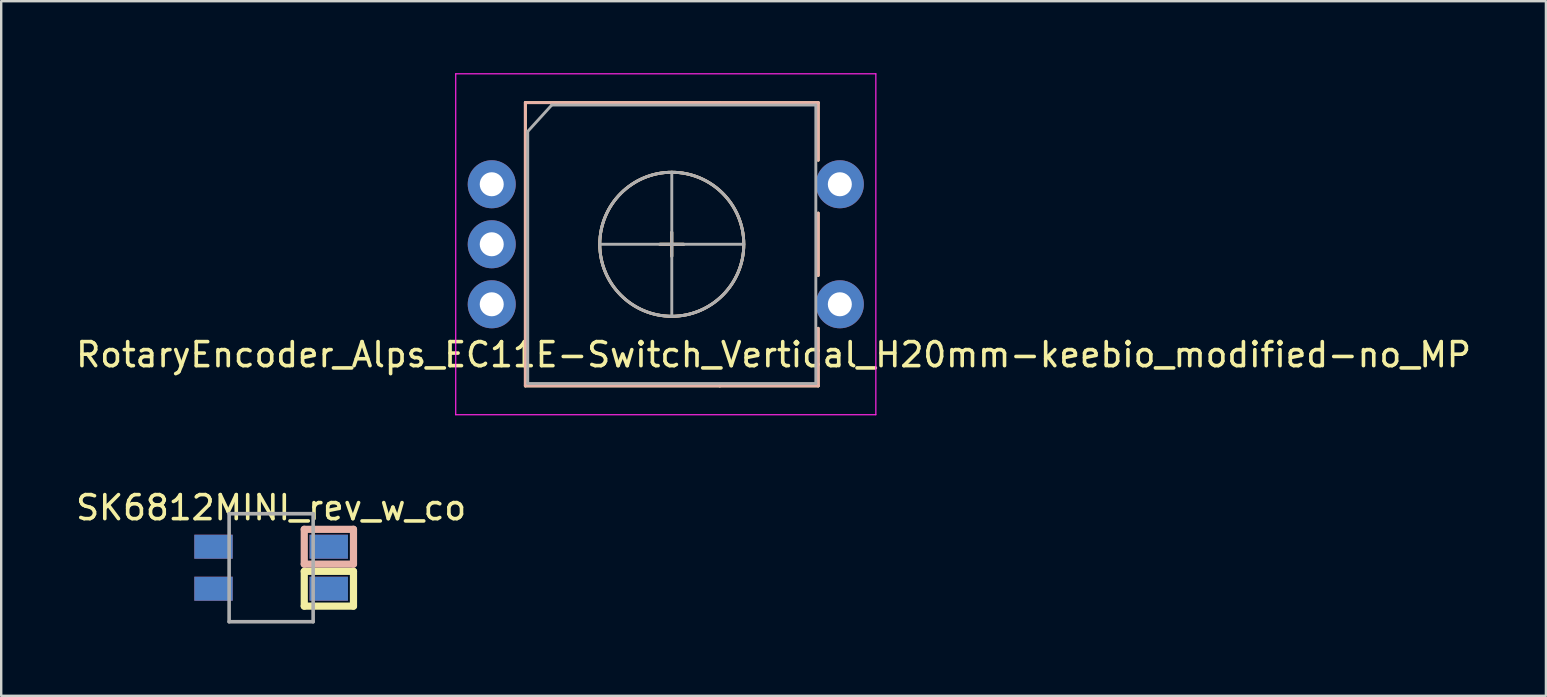
<source format=kicad_pcb>
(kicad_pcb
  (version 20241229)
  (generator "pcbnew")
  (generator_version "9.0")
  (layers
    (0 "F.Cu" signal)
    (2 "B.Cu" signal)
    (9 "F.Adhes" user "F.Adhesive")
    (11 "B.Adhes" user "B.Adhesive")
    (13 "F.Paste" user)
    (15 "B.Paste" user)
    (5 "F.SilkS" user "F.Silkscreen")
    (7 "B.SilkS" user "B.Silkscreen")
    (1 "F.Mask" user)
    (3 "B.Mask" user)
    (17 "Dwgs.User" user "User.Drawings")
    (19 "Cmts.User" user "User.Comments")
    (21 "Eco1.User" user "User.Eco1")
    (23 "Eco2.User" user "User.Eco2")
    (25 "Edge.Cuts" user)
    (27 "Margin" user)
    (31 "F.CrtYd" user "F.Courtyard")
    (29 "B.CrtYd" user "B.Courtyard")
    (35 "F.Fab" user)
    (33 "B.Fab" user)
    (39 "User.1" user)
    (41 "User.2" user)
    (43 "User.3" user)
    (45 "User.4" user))
  (footprint "RotaryEncoder_Alps_EC11E-Switch_Vertical_H20mm-keebio_modified-no_MP"
    (layer "F.Cu")
    (at 24.933 7.125)
    (property "Reference" "RotaryEncoder_Alps_EC11E-Switch_Vertical_H20mm-keebio_modified-no_MP" (at 4.24 4.6 0) (layer "F.SilkS") (effects (font (size 1 1) (thickness 0.15))))
    (attr through_hole)
    (fp_line (start -6.1 -5.9) (end -6.1 5.9) (stroke (width 0.12) (type solid)) (layer "F.SilkS"))
    (fp_line (start -0.5 0) (end 0.5 0) (stroke (width 0.12) (type solid)) (layer "F.SilkS"))
    (fp_line (start 0 -0.5) (end 0 0.5) (stroke (width 0.12) (type solid)) (layer "F.SilkS"))
    (fp_line (start 2 -5.9) (end -6.1 -5.9) (stroke (width 0.12) (type solid)) (layer "F.SilkS"))
    (fp_line (start 2 -5.9) (end 6.1 -5.9) (stroke (width 0.12) (type solid)) (layer "F.SilkS"))
    (fp_line (start 2 5.9) (end -6.1 5.9) (stroke (width 0.12) (type solid)) (layer "F.SilkS"))
    (fp_line (start 6.1 -5.9) (end 6.1 -3.5) (stroke (width 0.12) (type solid)) (layer "F.SilkS"))
    (fp_line (start 6.1 -1.3) (end 6.1 1.3) (stroke (width 0.12) (type solid)) (layer "F.SilkS"))
    (fp_line (start 6.1 3.5) (end 6.1 5.9) (stroke (width 0.12) (type solid)) (layer "F.SilkS"))
    (fp_line (start 6.1 5.9) (end 2 5.9) (stroke (width 0.12) (type solid)) (layer "F.SilkS"))
    (fp_circle (center 0 0) (end 3 0) (stroke (width 0.12) (type solid)) (fill no) (layer "F.SilkS"))
    (fp_line (start -6.1 -5.9) (end -6.1 5.9) (stroke (width 0.12) (type solid)) (layer "B.SilkS"))
    (fp_line (start -0.5 0) (end 0.5 0) (stroke (width 0.12) (type solid)) (layer "B.SilkS"))
    (fp_line (start 0 -0.5) (end 0 0.5) (stroke (width 0.12) (type solid)) (layer "B.SilkS"))
    (fp_line (start 2 -5.9) (end -6.1 -5.9) (stroke (width 0.12) (type solid)) (layer "B.SilkS"))
    (fp_line (start 2 -5.9) (end 6.1 -5.9) (stroke (width 0.12) (type solid)) (layer "B.SilkS"))
    (fp_line (start 2 5.9) (end -6.1 5.9) (stroke (width 0.12) (type solid)) (layer "B.SilkS"))
    (fp_line (start 6.1 -5.9) (end 6.1 -3.5) (stroke (width 0.12) (type solid)) (layer "B.SilkS"))
    (fp_line (start 6.1 -1.3) (end 6.1 1.3) (stroke (width 0.12) (type solid)) (layer "B.SilkS"))
    (fp_line (start 6.1 3.5) (end 6.1 5.9) (stroke (width 0.12) (type solid)) (layer "B.SilkS"))
    (fp_line (start 6.1 5.9) (end 2 5.9) (stroke (width 0.12) (type solid)) (layer "B.SilkS"))
    (fp_circle (center 0 0) (end 3 0) (stroke (width 0.12) (type solid)) (fill no) (layer "B.SilkS"))
    (fp_line (start -9 -7.1) (end -9 7.1) (stroke (width 0.05) (type solid)) (layer "F.CrtYd"))
    (fp_line (start -9 -7.1) (end 8.5 -7.1) (stroke (width 0.05) (type solid)) (layer "F.CrtYd"))
    (fp_line (start 8.5 7.1) (end -9 7.1) (stroke (width 0.05) (type solid)) (layer "F.CrtYd"))
    (fp_line (start 8.5 7.1) (end 8.5 -7.1) (stroke (width 0.05) (type solid)) (layer "F.CrtYd"))
    (fp_line (start -6 -4.7) (end -5 -5.8) (stroke (width 0.12) (type solid)) (layer "F.Fab"))
    (fp_line (start -6 5.8) (end -6 -4.7) (stroke (width 0.12) (type solid)) (layer "F.Fab"))
    (fp_line (start -5 -5.8) (end 6 -5.8) (stroke (width 0.12) (type solid)) (layer "F.Fab"))
    (fp_line (start -3 0) (end 3 0) (stroke (width 0.12) (type solid)) (layer "F.Fab"))
    (fp_line (start 0 -3) (end 0 3) (stroke (width 0.12) (type solid)) (layer "F.Fab"))
    (fp_line (start 6 -5.8) (end 6 5.8) (stroke (width 0.12) (type solid)) (layer "F.Fab"))
    (fp_line (start 6 5.8) (end -6 5.8) (stroke (width 0.12) (type solid)) (layer "F.Fab"))
    (fp_circle (center 0 0) (end 3 0) (stroke (width 0.12) (type solid)) (fill no) (layer "F.Fab"))
    (pad "A" thru_hole circle (at -7.5 -2.5) (size 2 2) (drill 1) (layers "*.Cu" "*.Mask"))
    (pad "B" thru_hole circle (at -7.5 2.5) (size 2 2) (drill 1) (layers "*.Cu" "*.Mask"))
    (pad "C" thru_hole circle (at -7.5 0) (size 2 2) (drill 1) (layers "*.Cu" "*.Mask"))
    (pad "S1" thru_hole circle (at 7 2.5) (size 2 2) (drill 1) (layers "*.Cu" "*.Mask"))
    (pad "S2" thru_hole circle (at 7 -2.5) (size 2 2) (drill 1) (layers "*.Cu" "*.Mask")))
  (footprint "SK6812MINI_rev_w_co"
    (layer "F.Cu")
    (at 8.244 20.598)
    (property "Reference" "SK6812MINI_rev_w_co" (at 0 -2.5 0) (layer "F.SilkS") (effects (font (size 1 1) (thickness 0.15))))
    (attr exclude_from_pos_files exclude_from_bom)
    (fp_line (start 1.38 0.15) (end 3.43 0.15) (stroke (width 0.3) (type solid)) (layer "F.SilkS"))
    (fp_line (start 1.38 1.6) (end 1.38 0.15) (stroke (width 0.3) (type solid)) (layer "F.SilkS"))
    (fp_line (start 3.43 0.15) (end 3.43 1.6) (stroke (width 0.3) (type solid)) (layer "F.SilkS"))
    (fp_line (start 3.43 1.6) (end 1.38 1.6) (stroke (width 0.3) (type solid)) (layer "F.SilkS"))
    (fp_line (start 1.38 -1.6) (end 3.43 -1.6) (stroke (width 0.3) (type solid)) (layer "B.SilkS"))
    (fp_line (start 1.38 -0.15) (end 1.38 -1.6) (stroke (width 0.3) (type solid)) (layer "B.SilkS"))
    (fp_line (start 3.43 -1.6) (end 3.43 -0.15) (stroke (width 0.3) (type solid)) (layer "B.SilkS"))
    (fp_line (start 3.43 -0.15) (end 1.38 -0.15) (stroke (width 0.3) (type solid)) (layer "B.SilkS"))
    (fp_poly (pts (xy 1.778 2.286) (xy -1.778 2.286) (xy -1.778 -2.286) (xy 1.778 -2.286)) (stroke (width 0.1) (type solid)) (fill no) (layer "Eco2.User"))
    (fp_line (start -1.75 -2.25) (end -1.75 2.25) (stroke (width 0.15) (type solid)) (layer "F.Fab"))
    (fp_line (start -1.75 -2.25) (end 1.75 -2.25) (stroke (width 0.15) (type solid)) (layer "F.Fab"))
    (fp_line (start 1.75 -2.25) (end 1.75 2.25) (stroke (width 0.15) (type solid)) (layer "F.Fab"))
    (fp_line (start 1.75 2.25) (end -1.75 2.25) (stroke (width 0.15) (type solid)) (layer "F.Fab"))
    (pad "1" smd rect (at -2.4 -0.875) (size 1.6 1) (layers "B.Cu" "B.Mask" "B.Paste"))
    (pad "1" smd rect (at -2.4 0.875) (size 1.6 1) (layers "F.Cu" "F.Mask" "F.Paste"))
    (pad "2" smd rect (at -2.4 -0.875) (size 1.6 1) (layers "F.Cu" "F.Mask" "F.Paste"))
    (pad "2" smd rect (at -2.4 0.875) (size 1.6 1) (layers "B.Cu" "B.Mask" "B.Paste"))
    (pad "3" smd rect (at 2.4 -0.875) (size 1.6 1) (layers "F.Cu" "F.Mask" "F.Paste"))
    (pad "3" smd rect (at 2.4 0.875) (size 1.6 1) (layers "B.Cu" "B.Mask" "B.Paste"))
    (pad "4" smd rect (at 2.4 -0.875) (size 1.6 1) (layers "B.Cu" "B.Mask" "B.Paste"))
    (pad "4" smd rect (at 2.4 0.875) (size 1.6 1) (layers "F.Cu" "F.Mask" "F.Paste")))
  (gr_rect
    (start -3 -3)
    (end 61.345 25.934)
    (stroke (width 0.1) (type default))
    (fill no)
    (layer "Edge.Cuts")))
</source>
